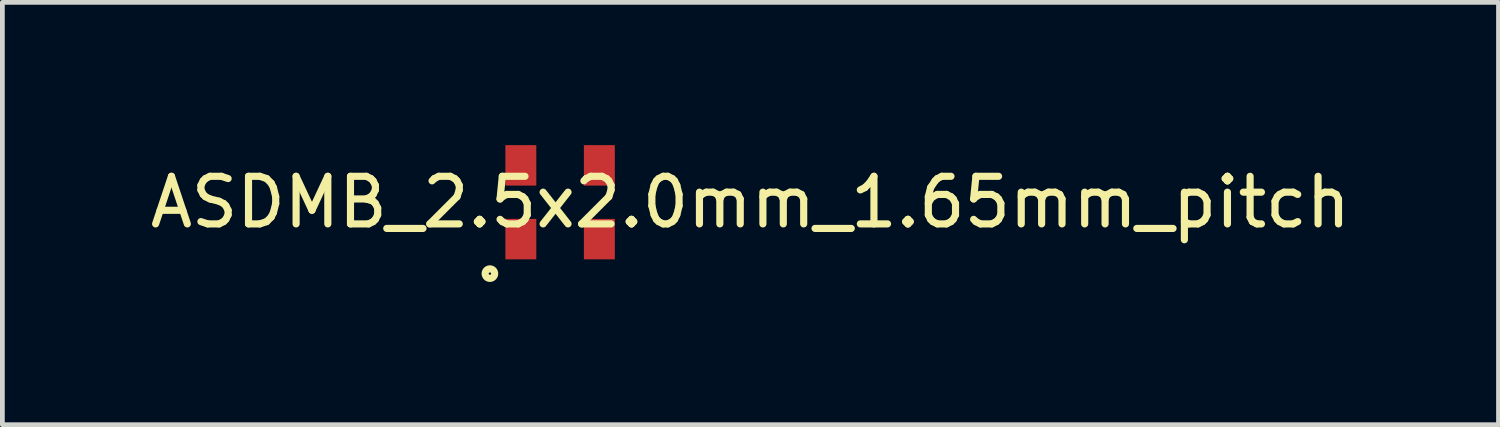
<source format=kicad_pcb>
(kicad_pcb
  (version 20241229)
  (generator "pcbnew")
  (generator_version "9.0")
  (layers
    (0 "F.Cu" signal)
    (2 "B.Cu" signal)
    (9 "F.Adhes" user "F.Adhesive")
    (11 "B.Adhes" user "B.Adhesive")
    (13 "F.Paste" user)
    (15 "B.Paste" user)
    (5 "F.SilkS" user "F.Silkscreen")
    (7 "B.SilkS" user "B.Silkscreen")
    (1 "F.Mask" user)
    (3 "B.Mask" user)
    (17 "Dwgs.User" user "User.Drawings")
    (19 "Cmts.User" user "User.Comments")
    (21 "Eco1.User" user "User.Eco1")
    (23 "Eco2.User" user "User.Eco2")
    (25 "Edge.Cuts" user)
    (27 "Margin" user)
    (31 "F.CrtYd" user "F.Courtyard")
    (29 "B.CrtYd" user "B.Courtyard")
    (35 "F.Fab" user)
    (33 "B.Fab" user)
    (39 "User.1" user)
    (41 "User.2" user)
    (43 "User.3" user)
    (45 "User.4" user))
  (footprint "ASDMB_2.5x2.0mm_1.65mm_pitch"
    (layer "F.Cu")
    (at 8.72 1.2)
    (property "Reference" "ASDMB_2.5x2.0mm_1.65mm_pitch" (at 4 0 0) (layer "F.SilkS") (effects (font (size 1 1) (thickness 0.15))))
    (attr through_hole)
    (fp_circle (center -1.475 1.5) (end -1.375 1.5) (stroke (width 0.15) (type solid)) (fill no) (layer "F.SilkS"))
    (pad "1" smd rect (at -0.825 0.775) (size 0.65 0.85) (layers "F.Cu" "F.Mask" "F.Paste"))
    (pad "2" smd rect (at 0.825 0.775) (size 0.65 0.85) (layers "F.Cu" "F.Mask" "F.Paste"))
    (pad "3" smd rect (at 0.825 -0.775) (size 0.65 0.85) (layers "F.Cu" "F.Mask" "F.Paste"))
    (pad "4" smd rect (at -0.825 -0.775) (size 0.65 0.85) (layers "F.Cu" "F.Mask" "F.Paste")))
  (gr_rect
    (start -3 -3)
    (end 28.44 5.875)
    (stroke (width 0.1) (type default))
    (fill no)
    (layer "Edge.Cuts")))
</source>
